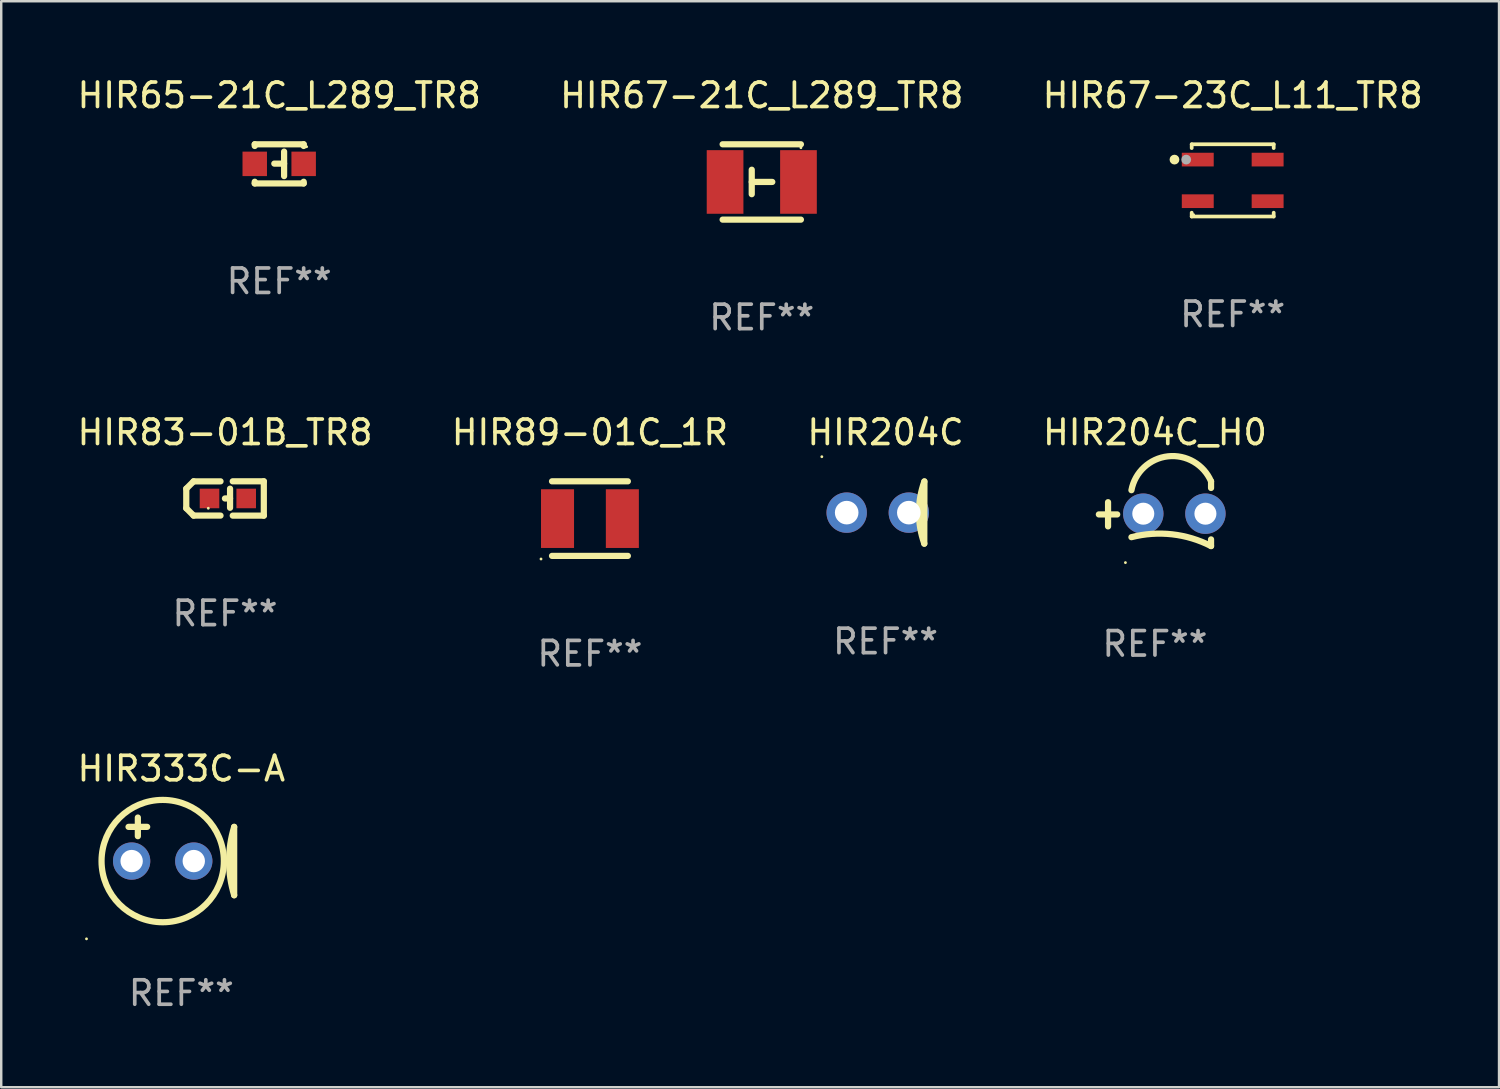
<source format=kicad_pcb>
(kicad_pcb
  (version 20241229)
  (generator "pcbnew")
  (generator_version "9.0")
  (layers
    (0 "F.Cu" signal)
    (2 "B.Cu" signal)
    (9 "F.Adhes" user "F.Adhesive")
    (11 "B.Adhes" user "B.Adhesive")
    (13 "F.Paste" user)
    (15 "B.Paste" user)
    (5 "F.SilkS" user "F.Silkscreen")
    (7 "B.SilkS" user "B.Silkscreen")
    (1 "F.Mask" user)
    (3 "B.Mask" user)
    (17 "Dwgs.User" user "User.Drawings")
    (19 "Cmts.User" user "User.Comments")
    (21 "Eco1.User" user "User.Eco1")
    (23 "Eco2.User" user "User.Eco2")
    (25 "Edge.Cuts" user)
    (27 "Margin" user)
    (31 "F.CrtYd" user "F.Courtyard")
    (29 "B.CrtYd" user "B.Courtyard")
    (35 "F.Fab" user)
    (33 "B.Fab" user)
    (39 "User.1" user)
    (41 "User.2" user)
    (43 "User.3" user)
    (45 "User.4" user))
  (footprint "HIR204C"
    (layer "F.Cu")
    (at 33.149 17.899)
    (property "Reference" "HIR204C" (at 0 -3.274 0) (layer "F.SilkS") (effects (font (size 1 1) (thickness 0.15))))
    (attr through_hole)
    (fp_line (start 1.583 1.274) (end 1.589 -1.274) (stroke (width 0.254) (type solid)) (layer "F.SilkS"))
    (fp_arc (start 1.583338 1.273431) (mid 1.364062 0.005969) (end 1.583338 -1.261494) (stroke (width 0.254001) (type solid)) (layer "F.SilkS"))
    (fp_circle (center -2.605 -2.28) (end -2.575 -2.28) (stroke (width 0.06) (type solid)) (fill no) (layer "F.SilkS"))
    (fp_text user "REF**" (at 0 5.274 0) (layer "F.Fab") (effects (font (size 1 1) (thickness 0.15))))
    (pad "1" thru_hole circle (at -1.589 0.006) (size 1.651 1.651) (drill 0.965) (layers "*.Cu" "*.Mask"))
    (pad "2" thru_hole circle (at 0.951 0.006) (size 1.651 1.651) (drill 0.965) (layers "*.Cu" "*.Mask")))
  (footprint "HIR83-01B_TR8"
    (layer "F.Cu")
    (at 6.149 17.326)
    (property "Reference" "HIR83-01B_TR8" (at 0 -2.701 0) (layer "F.SilkS") (effects (font (size 1 1) (thickness 0.15))))
    (attr through_hole)
    (fp_line (start -1.585 -0.4) (end -1.585 0.4) (stroke (width 0.254) (type solid)) (layer "F.SilkS"))
    (fp_line (start -1.585 0.4) (end -1.285 0.7) (stroke (width 0.254) (type solid)) (layer "F.SilkS"))
    (fp_line (start -1.285 -0.7) (end -1.585 -0.4) (stroke (width 0.254) (type solid)) (layer "F.SilkS"))
    (fp_line (start -1.285 0.7) (end -0.185 0.7) (stroke (width 0.254) (type solid)) (layer "F.SilkS"))
    (fp_line (start -0.185 -0.7) (end -1.285 -0.7) (stroke (width 0.254) (type solid)) (layer "F.SilkS"))
    (fp_line (start 0.205 -0.4) (end 0.205 0.38) (stroke (width 0.254) (type solid)) (layer "F.SilkS"))
    (fp_line (start 0.205 -0.002) (end -0.004 -0.000102) (stroke (width 0.254) (type solid)) (layer "F.SilkS"))
    (fp_line (start 0.315 -0.701) (end 1.585 -0.701) (stroke (width 0.254) (type solid)) (layer "F.SilkS"))
    (fp_line (start 1.585 -0.701) (end 1.585 0.701) (stroke (width 0.254) (type solid)) (layer "F.SilkS"))
    (fp_line (start 1.585 0.701) (end 0.315 0.701) (stroke (width 0.254) (type solid)) (layer "F.SilkS"))
    (fp_circle (center -0.685 0.4) (end -0.655 0.4) (stroke (width 0.06) (type solid)) (fill no) (layer "F.SilkS"))
    (fp_text user "REF**" (at 0 4.701 0) (layer "F.Fab") (effects (font (size 1 1) (thickness 0.15))))
    (pad "1" smd rect (at -0.635 0) (size 0.8 0.8) (layers "F.Cu" "F.Mask" "F.Paste"))
    (pad "2" smd rect (at 0.865 0) (size 0.8 0.8) (layers "F.Cu" "F.Mask" "F.Paste")))
  (footprint "HIR65-21C_L289_TR8"
    (layer "F.Cu")
    (at 8.363 3.648)
    (property "Reference" "HIR65-21C_L289_TR8" (at 0 -2.8 0) (layer "F.SilkS") (effects (font (size 1 1) (thickness 0.15))))
    (attr through_hole)
    (fp_line (start -1 -0.8) (end -1 -0.731) (stroke (width 0.254) (type solid)) (layer "F.SilkS"))
    (fp_line (start -1 -0.8) (end 1 -0.8) (stroke (width 0.254) (type solid)) (layer "F.SilkS"))
    (fp_line (start -1 0.731) (end -1 0.8) (stroke (width 0.254) (type solid)) (layer "F.SilkS"))
    (fp_line (start 0.2 -0.5) (end 0.2 0.5) (stroke (width 0.254) (type solid)) (layer "F.SilkS"))
    (fp_line (start 0.2 -0.01) (end -0.2 -0.01) (stroke (width 0.254) (type solid)) (layer "F.SilkS"))
    (fp_line (start 1 -0.8) (end 1 -0.731) (stroke (width 0.254) (type solid)) (layer "F.SilkS"))
    (fp_line (start 1 0.731) (end 1 0.8) (stroke (width 0.254) (type solid)) (layer "F.SilkS"))
    (fp_line (start 1 0.8) (end -1 0.8) (stroke (width 0.254) (type solid)) (layer "F.SilkS"))
    (fp_circle (center 1.12 -0.7) (end 1.15 -0.7) (stroke (width 0.06) (type solid)) (fill no) (layer "F.SilkS"))
    (fp_text user "REF**" (at 0 4.8 0) (layer "F.Fab") (effects (font (size 1 1) (thickness 0.15))))
    (pad "1" smd rect (at 1 0) (size 1 1) (layers "F.Cu" "F.Mask" "F.Paste"))
    (pad "2" smd rect (at -1 0) (size 1 1) (layers "F.Cu" "F.Mask" "F.Paste")))
  (footprint "HIR67-21C_L289_TR8"
    (layer "F.Cu")
    (at 28.089 4.388)
    (property "Reference" "HIR67-21C_L289_TR8" (at 0 -3.54 0) (layer "F.SilkS") (effects (font (size 1 1) (thickness 0.15))))
    (attr through_hole)
    (fp_line (start -1.6 -1.54) (end 1.6 -1.54) (stroke (width 0.254) (type solid)) (layer "F.SilkS"))
    (fp_line (start -1.6 1.54) (end 1.6 1.54) (stroke (width 0.254) (type solid)) (layer "F.SilkS"))
    (fp_line (start -0.41 -0.001) (end 0.43 -0.001) (stroke (width 0.254) (type solid)) (layer "F.SilkS"))
    (fp_line (start -0.41 0.5) (end -0.41 -0.5) (stroke (width 0.254) (type solid)) (layer "F.SilkS"))
    (fp_circle (center 1.6 -1.4) (end 1.63 -1.4) (stroke (width 0.06) (type solid)) (fill no) (layer "F.SilkS"))
    (fp_text user "REF**" (at 0 5.54 0) (layer "F.Fab") (effects (font (size 1 1) (thickness 0.15))))
    (pad "1" smd rect (at 1.5 0.000076) (size 1.5 2.6) (layers "F.Cu" "F.Mask" "F.Paste"))
    (pad "2" smd rect (at -1.5 0.000076) (size 1.5 2.6) (layers "F.Cu" "F.Mask" "F.Paste")))
  (footprint "HIR67-23C_L11_TR8"
    (layer "F.Cu")
    (at 47.339 4.324)
    (property "Reference" "HIR67-23C_L11_TR8" (at 0 -3.476 0) (layer "F.SilkS") (effects (font (size 1 1) (thickness 0.15))))
    (attr through_hole)
    (fp_line (start -1.676 -1.476) (end 1.676 -1.476) (stroke (width 0.152) (type solid)) (layer "F.SilkS"))
    (fp_line (start -1.676 -1.32) (end -1.676 -1.476) (stroke (width 0.152) (type solid)) (layer "F.SilkS"))
    (fp_line (start -1.676 1.32) (end -1.676 1.476) (stroke (width 0.152) (type solid)) (layer "F.SilkS"))
    (fp_line (start -1.676 1.476) (end 1.676 1.476) (stroke (width 0.152) (type solid)) (layer "F.SilkS"))
    (fp_line (start 1.676 -1.476) (end 1.676 -1.32) (stroke (width 0.152) (type solid)) (layer "F.SilkS"))
    (fp_line (start 1.676 1.476) (end 1.676 1.32) (stroke (width 0.152) (type solid)) (layer "F.SilkS"))
    (fp_circle (center -2.38 -0.85) (end -2.28 -0.85) (stroke (width 0.2) (type solid)) (fill no) (layer "F.SilkS"))
    (fp_circle (center -1.6 1.4) (end -1.57 1.4) (stroke (width 0.06) (type solid)) (fill no) (layer "F.SilkS"))
    (fp_circle (center -1.9 -0.85) (end -1.8 -0.85) (stroke (width 0.2) (type solid)) (fill no) (layer "F.Fab"))
    (fp_text user "REF**" (at 0 5.476 0) (layer "F.Fab") (effects (font (size 1 1) (thickness 0.15))))
    (pad "1" smd rect (at -1.428 -0.85 270) (size 0.56 1.305) (layers "F.Cu" "F.Mask" "F.Paste"))
    (pad "2" smd rect (at 1.428 -0.85 270) (size 0.56 1.305) (layers "F.Cu" "F.Mask" "F.Paste"))
    (pad "3" smd rect (at 1.428 0.85 270) (size 0.56 1.305) (layers "F.Cu" "F.Mask" "F.Paste"))
    (pad "4" smd rect (at -1.428 0.85 270) (size 0.56 1.305) (layers "F.Cu" "F.Mask" "F.Paste")))
  (footprint "HIR333C-A"
    (layer "F.Cu")
    (at 4.363 31.957)
    (property "Reference" "HIR333C-A" (at 0 -3.588 0) (layer "F.SilkS") (effects (font (size 1 1) (thickness 0.15))))
    (attr through_hole)
    (fp_line (start -2.159 -1.207) (end -1.397 -1.207) (stroke (width 0.254) (type solid)) (layer "F.SilkS"))
    (fp_line (start -1.778 -0.826) (end -1.778 -1.588) (stroke (width 0.254) (type solid)) (layer "F.SilkS"))
    (fp_line (start 2.159 -1.207) (end 2.159 1.588) (stroke (width 0.254) (type solid)) (layer "F.SilkS"))
    (fp_arc (start 2.159005 1.587504) (mid 1.950538 0.190501) (end 2.159004 -1.206502) (stroke (width 0.254001) (type solid)) (layer "F.SilkS"))
    (fp_circle (center -3.877 3.37) (end -3.847 3.37) (stroke (width 0.06) (type solid)) (fill no) (layer "F.SilkS"))
    (fp_circle (center -0.762 0.191) (end 1.738 0.191) (stroke (width 0.254) (type solid)) (fill no) (layer "F.SilkS"))
    (fp_text user "REF**" (at 0 5.588 0) (layer "F.Fab") (effects (font (size 1 1) (thickness 0.15))))
    (pad "1" thru_hole circle (at -2.032 0.191) (size 1.524 1.524) (drill 0.914) (layers "*.Cu" "*.Mask"))
    (pad "2" thru_hole circle (at 0.508 0.191) (size 1.524 1.524) (drill 0.914) (layers "*.Cu" "*.Mask")))
  (footprint "HIR89-01C_1R"
    (layer "F.Cu")
    (at 21.065 18.149)
    (property "Reference" "HIR89-01C_1R" (at 0 -3.524 0) (layer "F.SilkS") (effects (font (size 1 1) (thickness 0.15))))
    (attr through_hole)
    (fp_line (start -1.55 -1.524) (end 1.55 -1.524) (stroke (width 0.254) (type solid)) (layer "F.SilkS"))
    (fp_line (start -1.55 1.524) (end 1.55 1.524) (stroke (width 0.254) (type solid)) (layer "F.SilkS"))
    (fp_circle (center -2 1.651) (end -1.97 1.651) (stroke (width 0.06) (type solid)) (fill no) (layer "F.SilkS"))
    (fp_text user "REF**" (at 0 5.524 0) (layer "F.Fab") (effects (font (size 1 1) (thickness 0.15))))
    (pad "1" smd rect (at -1.325 0) (size 1.35 2.4) (layers "F.Cu" "F.Mask" "F.Paste"))
    (pad "2" smd rect (at 1.325 0) (size 1.35 2.4) (layers "F.Cu" "F.Mask" "F.Paste")))
  (footprint "HIR204C_H0"
    (layer "F.Cu")
    (at 44.161 17.948)
    (property "Reference" "HIR204C_H0" (at 0 -3.323 0) (layer "F.SilkS") (effects (font (size 1 1) (thickness 0.15))))
    (attr through_hole)
    (fp_line (start -1.917 0.52) (end -1.917 -0.47) (stroke (width 0.254) (type solid)) (layer "F.SilkS"))
    (fp_line (start -1.543 0.03) (end -2.293 0.03) (stroke (width 0.254) (type solid)) (layer "F.SilkS"))
    (fp_line (start 2.293 -1.051) (end 2.293 -1.323) (stroke (width 0.254) (type solid)) (layer "F.SilkS"))
    (fp_line (start 2.293 1.323) (end 2.293 1.051) (stroke (width 0.254) (type solid)) (layer "F.SilkS"))
    (fp_arc (start -0.96124 0.960224) (mid 0.699225 0.843072) (end 2.293167 1.322885) (stroke (width 0.254001) (type solid)) (layer "F.SilkS"))
    (fp_arc (start -0.961239 -0.960224) (mid 0.531872 -2.344856) (end 2.293167 -1.322885) (stroke (width 0.254001) (type solid)) (layer "F.SilkS"))
    (fp_circle (center -1.207 2) (end -1.177 2) (stroke (width 0.06) (type solid)) (fill no) (layer "F.SilkS"))
    (fp_text user "REF**" (at 0 5.323 0) (layer "F.Fab") (effects (font (size 1 1) (thickness 0.15))))
    (pad "1" thru_hole circle (at -0.477 0) (size 1.651 1.651) (drill 0.9) (layers "*.Cu" "*.Mask"))
    (pad "2" thru_hole circle (at 2.063 0) (size 1.651 1.651) (drill 0.9) (layers "*.Cu" "*.Mask")))
  (gr_rect
    (start -3 -3)
    (end 58.226 41.393)
    (stroke (width 0.1) (type default))
    (fill no)
    (layer "Edge.Cuts")))
</source>
